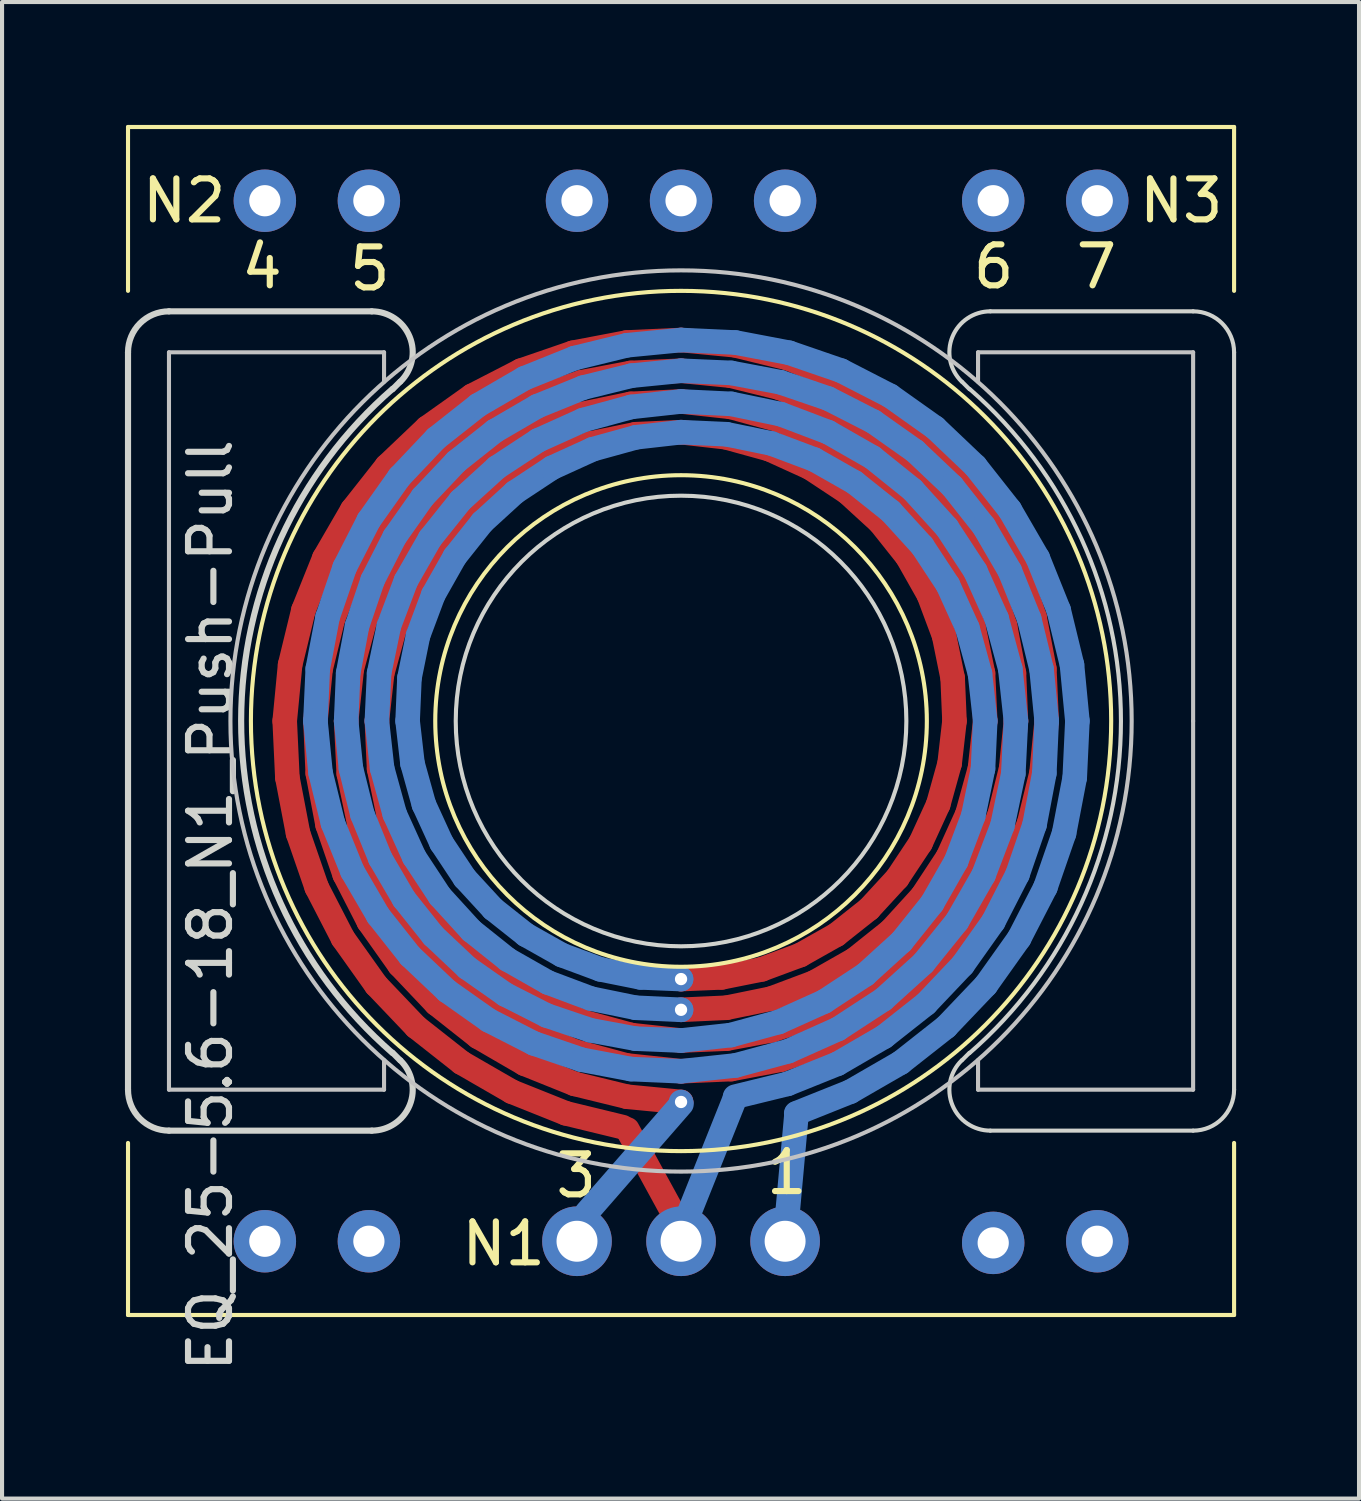
<source format=kicad_pcb>
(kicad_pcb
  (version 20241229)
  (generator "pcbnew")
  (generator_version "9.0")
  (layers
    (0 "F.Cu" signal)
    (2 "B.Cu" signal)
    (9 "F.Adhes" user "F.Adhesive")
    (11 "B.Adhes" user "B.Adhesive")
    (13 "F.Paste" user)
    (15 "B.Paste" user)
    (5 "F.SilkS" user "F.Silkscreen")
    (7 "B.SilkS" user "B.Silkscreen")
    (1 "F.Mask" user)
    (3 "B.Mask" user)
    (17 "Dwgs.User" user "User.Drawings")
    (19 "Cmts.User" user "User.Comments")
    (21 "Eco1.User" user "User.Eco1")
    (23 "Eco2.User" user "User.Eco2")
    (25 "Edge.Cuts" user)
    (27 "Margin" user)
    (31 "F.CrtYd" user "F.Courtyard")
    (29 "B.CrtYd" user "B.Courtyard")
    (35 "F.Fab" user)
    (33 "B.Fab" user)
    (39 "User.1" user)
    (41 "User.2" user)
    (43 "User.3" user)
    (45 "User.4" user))
  (footprint "EQ_25-5.6-18_N1_Push-Pull"
    (layer "F.Cu")
    (at 13.575 14.55)
    (property "Reference" "EQ_25-5.6-18_N1_Push-Pull" (at -11.49 4.5 90) (layer "Edge.Cuts") (effects (font (size 1 1) (thickness 0.15))))
    (attr through_hole)
    (fp_line (start -9.675 0) (end -9.61 1.382) (stroke (width 0.6) (type solid)) (layer "F.Cu"))
    (fp_line (start -9.61 1.382) (end -9.349 2.745) (stroke (width 0.6) (type solid)) (layer "F.Cu"))
    (fp_line (start -9.543 -1.372) (end -9.675 0) (stroke (width 0.6) (type solid)) (layer "F.Cu"))
    (fp_line (start -9.349 2.745) (end -8.894 4.062) (stroke (width 0.6) (type solid)) (layer "F.Cu"))
    (fp_line (start -9.218 -2.707) (end -9.543 -1.372) (stroke (width 0.6) (type solid)) (layer "F.Cu"))
    (fp_line (start -8.925 0) (end -8.868 1.275) (stroke (width 0.6) (type solid)) (layer "F.Cu"))
    (fp_line (start -8.894 4.062) (end -8.254 5.304) (stroke (width 0.6) (type solid)) (layer "F.Cu"))
    (fp_line (start -8.868 1.275) (end -8.629 2.534) (stroke (width 0.6) (type solid)) (layer "F.Cu"))
    (fp_line (start -8.8 -1.265) (end -8.925 0) (stroke (width 0.6) (type solid)) (layer "F.Cu"))
    (fp_line (start -8.708 -3.977) (end -9.218 -2.707) (stroke (width 0.6) (type solid)) (layer "F.Cu"))
    (fp_line (start -8.629 2.534) (end -8.211 3.75) (stroke (width 0.6) (type solid)) (layer "F.Cu"))
    (fp_line (start -8.498 -2.495) (end -8.8 -1.265) (stroke (width 0.6) (type solid)) (layer "F.Cu"))
    (fp_line (start -8.254 5.304) (end -7.441 6.447) (stroke (width 0.6) (type solid)) (layer "F.Cu"))
    (fp_line (start -8.211 3.75) (end -7.623 4.899) (stroke (width 0.6) (type solid)) (layer "F.Cu"))
    (fp_line (start -8.175 0) (end -8.111 1.285) (stroke (width 0.6) (type solid)) (layer "F.Cu"))
    (fp_line (start -8.111 1.285) (end -7.846 2.549) (stroke (width 0.6) (type solid)) (layer "F.Cu"))
    (fp_line (start -8.037 -1.273) (end -8.175 0) (stroke (width 0.6) (type solid)) (layer "F.Cu"))
    (fp_line (start -8.025 -3.665) (end -8.498 -2.495) (stroke (width 0.6) (type solid)) (layer "F.Cu"))
    (fp_line (start -8.024 -5.157) (end -8.708 -3.977) (stroke (width 0.6) (type solid)) (layer "F.Cu"))
    (fp_line (start -7.846 2.549) (end -7.384 3.762) (stroke (width 0.6) (type solid)) (layer "F.Cu"))
    (fp_line (start -7.704 -2.503) (end -8.037 -1.273) (stroke (width 0.6) (type solid)) (layer "F.Cu"))
    (fp_line (start -7.623 4.899) (end -6.874 5.956) (stroke (width 0.6) (type solid)) (layer "F.Cu"))
    (fp_line (start -7.441 6.447) (end -6.47 7.466) (stroke (width 0.6) (type solid)) (layer "F.Cu"))
    (fp_line (start -7.425 0) (end -7.371 1.167) (stroke (width 0.6) (type solid)) (layer "F.Cu"))
    (fp_line (start -7.393 -4.751) (end -8.025 -3.665) (stroke (width 0.6) (type solid)) (layer "F.Cu"))
    (fp_line (start -7.384 3.762) (end -6.735 4.893) (stroke (width 0.6) (type solid)) (layer "F.Cu"))
    (fp_line (start -7.371 1.167) (end -7.133 2.318) (stroke (width 0.6) (type solid)) (layer "F.Cu"))
    (fp_line (start -7.297 -1.156) (end -7.425 0) (stroke (width 0.6) (type solid)) (layer "F.Cu"))
    (fp_line (start -7.184 -3.66) (end -7.704 -2.503) (stroke (width 0.6) (type solid)) (layer "F.Cu"))
    (fp_line (start -7.183 -6.224) (end -8.024 -5.157) (stroke (width 0.6) (type solid)) (layer "F.Cu"))
    (fp_line (start -7.133 2.318) (end -6.716 3.422) (stroke (width 0.6) (type solid)) (layer "F.Cu"))
    (fp_line (start -6.99 -2.271) (end -7.297 -1.156) (stroke (width 0.6) (type solid)) (layer "F.Cu"))
    (fp_line (start -6.874 5.956) (end -5.979 6.9) (stroke (width 0.6) (type solid)) (layer "F.Cu"))
    (fp_line (start -6.735 4.893) (end -5.913 5.913) (stroke (width 0.6) (type solid)) (layer "F.Cu"))
    (fp_line (start -6.716 3.422) (end -6.128 4.452) (stroke (width 0.6) (type solid)) (layer "F.Cu"))
    (fp_line (start -6.616 -5.733) (end -7.393 -4.751) (stroke (width 0.6) (type solid)) (layer "F.Cu"))
    (fp_line (start -6.515 -3.32) (end -6.99 -2.271) (stroke (width 0.6) (type solid)) (layer "F.Cu"))
    (fp_line (start -6.492 -4.717) (end -7.184 -3.66) (stroke (width 0.6) (type solid)) (layer "F.Cu"))
    (fp_line (start -6.47 7.466) (end -5.36 8.34) (stroke (width 0.6) (type solid)) (layer "F.Cu"))
    (fp_line (start -6.202 -7.157) (end -7.183 -6.224) (stroke (width 0.6) (type solid)) (layer "F.Cu"))
    (fp_line (start -6.128 4.452) (end -5.383 5.383) (stroke (width 0.6) (type solid)) (layer "F.Cu"))
    (fp_line (start -5.979 6.9) (end -4.954 7.709) (stroke (width 0.6) (type solid)) (layer "F.Cu"))
    (fp_line (start -5.913 5.913) (end -4.937 6.796) (stroke (width 0.6) (type solid)) (layer "F.Cu"))
    (fp_line (start -5.886 -4.276) (end -6.515 -3.32) (stroke (width 0.6) (type solid)) (layer "F.Cu"))
    (fp_line (start -5.711 -6.59) (end -6.616 -5.733) (stroke (width 0.6) (type solid)) (layer "F.Cu"))
    (fp_line (start -5.648 -5.648) (end -6.492 -4.717) (stroke (width 0.6) (type solid)) (layer "F.Cu"))
    (fp_line (start -5.383 5.383) (end -4.497 6.189) (stroke (width 0.6) (type solid)) (layer "F.Cu"))
    (fp_line (start -5.36 8.34) (end -4.132 9.049) (stroke (width 0.6) (type solid)) (layer "F.Cu"))
    (fp_line (start -5.118 -5.118) (end -5.886 -4.276) (stroke (width 0.6) (type solid)) (layer "F.Cu"))
    (fp_line (start -5.102 -7.938) (end -6.202 -7.157) (stroke (width 0.6) (type solid)) (layer "F.Cu"))
    (fp_line (start -4.954 7.709) (end -3.821 8.367) (stroke (width 0.6) (type solid)) (layer "F.Cu"))
    (fp_line (start -4.937 6.796) (end -3.831 7.518) (stroke (width 0.6) (type solid)) (layer "F.Cu"))
    (fp_line (start -4.696 -7.307) (end -5.711 -6.59) (stroke (width 0.6) (type solid)) (layer "F.Cu"))
    (fp_line (start -4.673 -6.432) (end -5.648 -5.648) (stroke (width 0.6) (type solid)) (layer "F.Cu"))
    (fp_line (start -4.497 6.189) (end -3.49 6.85) (stroke (width 0.6) (type solid)) (layer "F.Cu"))
    (fp_line (start -4.232 -5.825) (end -5.118 -5.118) (stroke (width 0.6) (type solid)) (layer "F.Cu"))
    (fp_line (start -4.132 9.049) (end -2.812 9.577) (stroke (width 0.6) (type solid)) (layer "F.Cu"))
    (fp_line (start -3.906 -8.553) (end -5.102 -7.938) (stroke (width 0.6) (type solid)) (layer "F.Cu"))
    (fp_line (start -3.831 7.518) (end -2.619 8.06) (stroke (width 0.6) (type solid)) (layer "F.Cu"))
    (fp_line (start -3.821 8.367) (end -2.601 8.858) (stroke (width 0.6) (type solid)) (layer "F.Cu"))
    (fp_line (start -3.594 -7.87) (end -4.696 -7.307) (stroke (width 0.6) (type solid)) (layer "F.Cu"))
    (fp_line (start -3.592 -7.05) (end -4.673 -6.432) (stroke (width 0.6) (type solid)) (layer "F.Cu"))
    (fp_line (start -3.49 6.85) (end -2.387 7.347) (stroke (width 0.6) (type solid)) (layer "F.Cu"))
    (fp_line (start -3.252 -6.382) (end -4.232 -5.825) (stroke (width 0.6) (type solid)) (layer "F.Cu"))
    (fp_line (start -2.812 9.577) (end -1.425 9.914) (stroke (width 0.6) (type solid)) (layer "F.Cu"))
    (fp_line (start -2.639 -8.989) (end -3.906 -8.553) (stroke (width 0.6) (type solid)) (layer "F.Cu"))
    (fp_line (start -2.619 8.06) (end -1.332 8.408) (stroke (width 0.6) (type solid)) (layer "F.Cu"))
    (fp_line (start -2.601 8.858) (end -1.319 9.172) (stroke (width 0.6) (type solid)) (layer "F.Cu"))
    (fp_line (start -2.434 -7.49) (end -3.592 -7.05) (stroke (width 0.6) (type solid)) (layer "F.Cu"))
    (fp_line (start -2.428 -8.269) (end -3.594 -7.87) (stroke (width 0.6) (type solid)) (layer "F.Cu"))
    (fp_line (start -2.387 7.347) (end -1.214 7.667) (stroke (width 0.6) (type solid)) (layer "F.Cu"))
    (fp_line (start -2.202 -6.776) (end -3.252 -6.382) (stroke (width 0.6) (type solid)) (layer "F.Cu"))
    (fp_line (start -1.332 8.408) (end 0 8.55) (stroke (width 0.6) (type solid)) (layer "F.Cu"))
    (fp_line (start -1.328 -9.239) (end -2.639 -8.989) (stroke (width 0.6) (type solid)) (layer "F.Cu"))
    (fp_line (start -1.319 9.172) (end 0 9.3) (stroke (width 0.6) (type solid)) (layer "F.Cu"))
    (fp_line (start -1.31 9.97) (end -0.2 12) (stroke (width 0.6) (type solid)) (layer "F.Cu"))
    (fp_line (start -1.226 -7.741) (end -2.434 -7.49) (stroke (width 0.6) (type solid)) (layer "F.Cu"))
    (fp_line (start -1.222 -8.497) (end -2.428 -8.269) (stroke (width 0.6) (type solid)) (layer "F.Cu"))
    (fp_line (start -1.214 7.667) (end 0 7.8) (stroke (width 0.6) (type solid)) (layer "F.Cu"))
    (fp_line (start -1.109 -7) (end -2.202 -6.776) (stroke (width 0.6) (type solid)) (layer "F.Cu"))
    (fp_line (start 0 -9.3) (end -1.328 -9.239) (stroke (width 0.6) (type solid)) (layer "F.Cu"))
    (fp_line (start 0 -8.55) (end -1.222 -8.497) (stroke (width 0.6) (type solid)) (layer "F.Cu"))
    (fp_line (start 0 -7.8) (end -1.226 -7.741) (stroke (width 0.6) (type solid)) (layer "F.Cu"))
    (fp_line (start 0 -7.05) (end -1.109 -7) (stroke (width 0.6) (type solid)) (layer "F.Cu"))
    (fp_line (start 0 6.3) (end 0.991 6.259) (stroke (width 0.6) (type solid)) (layer "F.Cu"))
    (fp_line (start 0 7.05) (end 1.109 7) (stroke (width 0.6) (type solid)) (layer "F.Cu"))
    (fp_line (start 0 7.8) (end 1.115 7.754) (stroke (width 0.6) (type solid)) (layer "F.Cu"))
    (fp_line (start 0 8.55) (end 1.222 8.497) (stroke (width 0.6) (type solid)) (layer "F.Cu"))
    (fp_line (start 0.991 6.259) (end 1.97 6.063) (stroke (width 0.6) (type solid)) (layer "F.Cu"))
    (fp_line (start 1.097 -6.926) (end 0 -7.05) (stroke (width 0.6) (type solid)) (layer "F.Cu"))
    (fp_line (start 1.109 7) (end 2.202 6.776) (stroke (width 0.6) (type solid)) (layer "F.Cu"))
    (fp_line (start 1.115 7.754) (end 2.217 7.549) (stroke (width 0.6) (type solid)) (layer "F.Cu"))
    (fp_line (start 1.212 -8.429) (end 0 -8.55) (stroke (width 0.6) (type solid)) (layer "F.Cu"))
    (fp_line (start 1.214 -7.667) (end 0 -7.8) (stroke (width 0.6) (type solid)) (layer "F.Cu"))
    (fp_line (start 1.222 8.497) (end 2.428 8.269) (stroke (width 0.6) (type solid)) (layer "F.Cu"))
    (fp_line (start 1.319 -9.172) (end 0 -9.3) (stroke (width 0.6) (type solid)) (layer "F.Cu"))
    (fp_line (start 1.97 6.063) (end 2.911 5.714) (stroke (width 0.6) (type solid)) (layer "F.Cu"))
    (fp_line (start 2.155 -6.634) (end 1.097 -6.926) (stroke (width 0.6) (type solid)) (layer "F.Cu"))
    (fp_line (start 2.202 6.776) (end 3.252 6.382) (stroke (width 0.6) (type solid)) (layer "F.Cu"))
    (fp_line (start 2.217 7.549) (end 3.283 7.188) (stroke (width 0.6) (type solid)) (layer "F.Cu"))
    (fp_line (start 2.387 -7.347) (end 1.214 -7.667) (stroke (width 0.6) (type solid)) (layer "F.Cu"))
    (fp_line (start 2.39 -8.138) (end 1.212 -8.429) (stroke (width 0.6) (type solid)) (layer "F.Cu"))
    (fp_line (start 2.428 8.269) (end 3.594 7.87) (stroke (width 0.6) (type solid)) (layer "F.Cu"))
    (fp_line (start 2.601 -8.858) (end 1.319 -9.172) (stroke (width 0.6) (type solid)) (layer "F.Cu"))
    (fp_line (start 2.911 5.714) (end 3.791 5.218) (stroke (width 0.6) (type solid)) (layer "F.Cu"))
    (fp_line (start 3.15 -6.181) (end 2.155 -6.634) (stroke (width 0.6) (type solid)) (layer "F.Cu"))
    (fp_line (start 3.252 6.382) (end 4.232 5.825) (stroke (width 0.6) (type solid)) (layer "F.Cu"))
    (fp_line (start 3.283 7.188) (end 4.291 6.676) (stroke (width 0.6) (type solid)) (layer "F.Cu"))
    (fp_line (start 3.49 -6.85) (end 2.387 -7.347) (stroke (width 0.6) (type solid)) (layer "F.Cu"))
    (fp_line (start 3.509 -7.684) (end 2.39 -8.138) (stroke (width 0.6) (type solid)) (layer "F.Cu"))
    (fp_line (start 3.594 7.87) (end 4.696 7.307) (stroke (width 0.6) (type solid)) (layer "F.Cu"))
    (fp_line (start 3.791 5.218) (end 4.587 4.587) (stroke (width 0.6) (type solid)) (layer "F.Cu"))
    (fp_line (start 3.821 -8.367) (end 2.601 -8.858) (stroke (width 0.6) (type solid)) (layer "F.Cu"))
    (fp_line (start 4.056 -5.582) (end 3.15 -6.181) (stroke (width 0.6) (type solid)) (layer "F.Cu"))
    (fp_line (start 4.232 5.825) (end 5.118 5.118) (stroke (width 0.6) (type solid)) (layer "F.Cu"))
    (fp_line (start 4.291 6.676) (end 5.22 6.024) (stroke (width 0.6) (type solid)) (layer "F.Cu"))
    (fp_line (start 4.497 -6.189) (end 3.49 -6.85) (stroke (width 0.6) (type solid)) (layer "F.Cu"))
    (fp_line (start 4.549 -7.078) (end 3.509 -7.684) (stroke (width 0.6) (type solid)) (layer "F.Cu"))
    (fp_line (start 4.587 4.587) (end 5.279 3.835) (stroke (width 0.6) (type solid)) (layer "F.Cu"))
    (fp_line (start 4.696 7.307) (end 5.711 6.59) (stroke (width 0.6) (type solid)) (layer "F.Cu"))
    (fp_line (start 4.853 -4.853) (end 4.056 -5.582) (stroke (width 0.6) (type solid)) (layer "F.Cu"))
    (fp_line (start 4.954 -7.709) (end 3.821 -8.367) (stroke (width 0.6) (type solid)) (layer "F.Cu"))
    (fp_line (start 5.118 5.118) (end 5.886 4.276) (stroke (width 0.6) (type solid)) (layer "F.Cu"))
    (fp_line (start 5.22 6.024) (end 6.049 5.242) (stroke (width 0.6) (type solid)) (layer "F.Cu"))
    (fp_line (start 5.279 3.835) (end 5.847 2.979) (stroke (width 0.6) (type solid)) (layer "F.Cu"))
    (fp_line (start 5.383 -5.383) (end 4.497 -6.189) (stroke (width 0.6) (type solid)) (layer "F.Cu"))
    (fp_line (start 5.487 -6.333) (end 4.549 -7.078) (stroke (width 0.6) (type solid)) (layer "F.Cu"))
    (fp_line (start 5.522 -4.012) (end 4.853 -4.853) (stroke (width 0.6) (type solid)) (layer "F.Cu"))
    (fp_line (start 5.711 6.59) (end 6.616 5.733) (stroke (width 0.6) (type solid)) (layer "F.Cu"))
    (fp_line (start 5.847 2.979) (end 6.277 2.04) (stroke (width 0.6) (type solid)) (layer "F.Cu"))
    (fp_line (start 5.886 4.276) (end 6.515 3.32) (stroke (width 0.6) (type solid)) (layer "F.Cu"))
    (fp_line (start 5.979 -6.9) (end 4.954 -7.709) (stroke (width 0.6) (type solid)) (layer "F.Cu"))
    (fp_line (start 6.048 -3.081) (end 5.522 -4.012) (stroke (width 0.6) (type solid)) (layer "F.Cu"))
    (fp_line (start 6.049 5.242) (end 6.763 4.346) (stroke (width 0.6) (type solid)) (layer "F.Cu"))
    (fp_line (start 6.128 -4.452) (end 5.383 -5.383) (stroke (width 0.6) (type solid)) (layer "F.Cu"))
    (fp_line (start 6.277 2.04) (end 6.556 1.038) (stroke (width 0.6) (type solid)) (layer "F.Cu"))
    (fp_line (start 6.307 -5.465) (end 5.487 -6.333) (stroke (width 0.6) (type solid)) (layer "F.Cu"))
    (fp_line (start 6.42 -2.086) (end 6.048 -3.081) (stroke (width 0.6) (type solid)) (layer "F.Cu"))
    (fp_line (start 6.515 3.32) (end 6.99 2.271) (stroke (width 0.6) (type solid)) (layer "F.Cu"))
    (fp_line (start 6.556 1.038) (end 6.675 0) (stroke (width 0.6) (type solid)) (layer "F.Cu"))
    (fp_line (start 6.616 5.733) (end 7.393 4.751) (stroke (width 0.6) (type solid)) (layer "F.Cu"))
    (fp_line (start 6.63 -1.05) (end 6.42 -2.086) (stroke (width 0.6) (type solid)) (layer "F.Cu"))
    (fp_line (start 6.675 0) (end 6.63 -1.05) (stroke (width 0.6) (type solid)) (layer "F.Cu"))
    (fp_line (start 6.716 -3.422) (end 6.128 -4.452) (stroke (width 0.6) (type solid)) (layer "F.Cu"))
    (fp_line (start 6.763 4.346) (end 7.343 3.354) (stroke (width 0.6) (type solid)) (layer "F.Cu"))
    (fp_line (start 6.874 -5.956) (end 5.979 -6.9) (stroke (width 0.6) (type solid)) (layer "F.Cu"))
    (fp_line (start 6.99 2.271) (end 7.297 1.156) (stroke (width 0.6) (type solid)) (layer "F.Cu"))
    (fp_line (start 6.992 -4.493) (end 6.307 -5.465) (stroke (width 0.6) (type solid)) (layer "F.Cu"))
    (fp_line (start 7.133 -2.318) (end 6.716 -3.422) (stroke (width 0.6) (type solid)) (layer "F.Cu"))
    (fp_line (start 7.297 1.156) (end 7.425 0) (stroke (width 0.6) (type solid)) (layer "F.Cu"))
    (fp_line (start 7.343 3.354) (end 7.778 2.284) (stroke (width 0.6) (type solid)) (layer "F.Cu"))
    (fp_line (start 7.371 -1.167) (end 7.133 -2.318) (stroke (width 0.6) (type solid)) (layer "F.Cu"))
    (fp_line (start 7.393 4.751) (end 8.025 3.665) (stroke (width 0.6) (type solid)) (layer "F.Cu"))
    (fp_line (start 7.425 0) (end 7.371 -1.167) (stroke (width 0.6) (type solid)) (layer "F.Cu"))
    (fp_line (start 7.529 -3.439) (end 6.992 -4.493) (stroke (width 0.6) (type solid)) (layer "F.Cu"))
    (fp_line (start 7.623 -4.899) (end 6.874 -5.956) (stroke (width 0.6) (type solid)) (layer "F.Cu"))
    (fp_line (start 7.778 2.284) (end 8.058 1.159) (stroke (width 0.6) (type solid)) (layer "F.Cu"))
    (fp_line (start 7.909 -2.322) (end 7.529 -3.439) (stroke (width 0.6) (type solid)) (layer "F.Cu"))
    (fp_line (start 8.025 3.665) (end 8.498 2.495) (stroke (width 0.6) (type solid)) (layer "F.Cu"))
    (fp_line (start 8.058 1.159) (end 8.175 0) (stroke (width 0.6) (type solid)) (layer "F.Cu"))
    (fp_line (start 8.126 -1.168) (end 7.909 -2.322) (stroke (width 0.6) (type solid)) (layer "F.Cu"))
    (fp_line (start 8.175 0) (end 8.126 -1.168) (stroke (width 0.6) (type solid)) (layer "F.Cu"))
    (fp_line (start 8.211 -3.75) (end 7.623 -4.899) (stroke (width 0.6) (type solid)) (layer "F.Cu"))
    (fp_line (start 8.498 2.495) (end 8.8 1.265) (stroke (width 0.6) (type solid)) (layer "F.Cu"))
    (fp_line (start 8.629 -2.534) (end 8.211 -3.75) (stroke (width 0.6) (type solid)) (layer "F.Cu"))
    (fp_line (start 8.8 1.265) (end 8.925 0) (stroke (width 0.6) (type solid)) (layer "F.Cu"))
    (fp_line (start 8.868 -1.275) (end 8.629 -2.534) (stroke (width 0.6) (type solid)) (layer "F.Cu"))
    (fp_line (start 8.925 0) (end 8.868 -1.275) (stroke (width 0.6) (type solid)) (layer "F.Cu"))
    (fp_line (start -8.925 0) (end -8.868 -1.275) (stroke (width 0.6) (type solid)) (layer "B.Cu"))
    (fp_line (start -8.868 -1.275) (end -8.629 -2.534) (stroke (width 0.6) (type solid)) (layer "B.Cu"))
    (fp_line (start -8.8 1.265) (end -8.925 0) (stroke (width 0.6) (type solid)) (layer "B.Cu"))
    (fp_line (start -8.629 -2.534) (end -8.211 -3.75) (stroke (width 0.6) (type solid)) (layer "B.Cu"))
    (fp_line (start -8.498 2.495) (end -8.8 1.265) (stroke (width 0.6) (type solid)) (layer "B.Cu"))
    (fp_line (start -8.211 -3.75) (end -7.623 -4.899) (stroke (width 0.6) (type solid)) (layer "B.Cu"))
    (fp_line (start -8.175 0) (end -8.126 -1.168) (stroke (width 0.6) (type solid)) (layer "B.Cu"))
    (fp_line (start -8.126 -1.168) (end -7.909 -2.322) (stroke (width 0.6) (type solid)) (layer "B.Cu"))
    (fp_line (start -8.058 1.159) (end -8.175 0) (stroke (width 0.6) (type solid)) (layer "B.Cu"))
    (fp_line (start -8.025 3.665) (end -8.498 2.495) (stroke (width 0.6) (type solid)) (layer "B.Cu"))
    (fp_line (start -7.909 -2.322) (end -7.529 -3.439) (stroke (width 0.6) (type solid)) (layer "B.Cu"))
    (fp_line (start -7.778 2.284) (end -8.058 1.159) (stroke (width 0.6) (type solid)) (layer "B.Cu"))
    (fp_line (start -7.623 -4.899) (end -6.874 -5.956) (stroke (width 0.6) (type solid)) (layer "B.Cu"))
    (fp_line (start -7.529 -3.439) (end -6.992 -4.493) (stroke (width 0.6) (type solid)) (layer "B.Cu"))
    (fp_line (start -7.425 0) (end -7.371 -1.167) (stroke (width 0.6) (type solid)) (layer "B.Cu"))
    (fp_line (start -7.393 4.751) (end -8.025 3.665) (stroke (width 0.6) (type solid)) (layer "B.Cu"))
    (fp_line (start -7.371 -1.167) (end -7.133 -2.318) (stroke (width 0.6) (type solid)) (layer "B.Cu"))
    (fp_line (start -7.343 3.354) (end -7.778 2.284) (stroke (width 0.6) (type solid)) (layer "B.Cu"))
    (fp_line (start -7.297 1.156) (end -7.425 0) (stroke (width 0.6) (type solid)) (layer "B.Cu"))
    (fp_line (start -7.133 -2.318) (end -6.716 -3.422) (stroke (width 0.6) (type solid)) (layer "B.Cu"))
    (fp_line (start -6.992 -4.493) (end -6.307 -5.465) (stroke (width 0.6) (type solid)) (layer "B.Cu"))
    (fp_line (start -6.99 2.271) (end -7.297 1.156) (stroke (width 0.6) (type solid)) (layer "B.Cu"))
    (fp_line (start -6.874 -5.956) (end -5.979 -6.9) (stroke (width 0.6) (type solid)) (layer "B.Cu"))
    (fp_line (start -6.763 4.346) (end -7.343 3.354) (stroke (width 0.6) (type solid)) (layer "B.Cu"))
    (fp_line (start -6.716 -3.422) (end -6.128 -4.452) (stroke (width 0.6) (type solid)) (layer "B.Cu"))
    (fp_line (start -6.675 0) (end -6.63 -1.05) (stroke (width 0.6) (type solid)) (layer "B.Cu"))
    (fp_line (start -6.63 -1.05) (end -6.42 -2.086) (stroke (width 0.6) (type solid)) (layer "B.Cu"))
    (fp_line (start -6.616 5.733) (end -7.393 4.751) (stroke (width 0.6) (type solid)) (layer "B.Cu"))
    (fp_line (start -6.556 1.038) (end -6.675 0) (stroke (width 0.6) (type solid)) (layer "B.Cu"))
    (fp_line (start -6.515 3.32) (end -6.99 2.271) (stroke (width 0.6) (type solid)) (layer "B.Cu"))
    (fp_line (start -6.42 -2.086) (end -6.048 -3.081) (stroke (width 0.6) (type solid)) (layer "B.Cu"))
    (fp_line (start -6.307 -5.465) (end -5.487 -6.333) (stroke (width 0.6) (type solid)) (layer "B.Cu"))
    (fp_line (start -6.277 2.04) (end -6.556 1.038) (stroke (width 0.6) (type solid)) (layer "B.Cu"))
    (fp_line (start -6.128 -4.452) (end -5.383 -5.383) (stroke (width 0.6) (type solid)) (layer "B.Cu"))
    (fp_line (start -6.049 5.242) (end -6.763 4.346) (stroke (width 0.6) (type solid)) (layer "B.Cu"))
    (fp_line (start -6.048 -3.081) (end -5.522 -4.012) (stroke (width 0.6) (type solid)) (layer "B.Cu"))
    (fp_line (start -5.979 -6.9) (end -4.954 -7.709) (stroke (width 0.6) (type solid)) (layer "B.Cu"))
    (fp_line (start -5.886 4.276) (end -6.515 3.32) (stroke (width 0.6) (type solid)) (layer "B.Cu"))
    (fp_line (start -5.847 2.979) (end -6.277 2.04) (stroke (width 0.6) (type solid)) (layer "B.Cu"))
    (fp_line (start -5.711 6.59) (end -6.616 5.733) (stroke (width 0.6) (type solid)) (layer "B.Cu"))
    (fp_line (start -5.522 -4.012) (end -4.853 -4.853) (stroke (width 0.6) (type solid)) (layer "B.Cu"))
    (fp_line (start -5.487 -6.333) (end -4.549 -7.078) (stroke (width 0.6) (type solid)) (layer "B.Cu"))
    (fp_line (start -5.383 -5.383) (end -4.497 -6.189) (stroke (width 0.6) (type solid)) (layer "B.Cu"))
    (fp_line (start -5.279 3.835) (end -5.847 2.979) (stroke (width 0.6) (type solid)) (layer "B.Cu"))
    (fp_line (start -5.22 6.024) (end -6.049 5.242) (stroke (width 0.6) (type solid)) (layer "B.Cu"))
    (fp_line (start -5.118 5.118) (end -5.886 4.276) (stroke (width 0.6) (type solid)) (layer "B.Cu"))
    (fp_line (start -4.954 -7.709) (end -3.821 -8.367) (stroke (width 0.6) (type solid)) (layer "B.Cu"))
    (fp_line (start -4.853 -4.853) (end -4.056 -5.582) (stroke (width 0.6) (type solid)) (layer "B.Cu"))
    (fp_line (start -4.696 7.307) (end -5.711 6.59) (stroke (width 0.6) (type solid)) (layer "B.Cu"))
    (fp_line (start -4.587 4.587) (end -5.279 3.835) (stroke (width 0.6) (type solid)) (layer "B.Cu"))
    (fp_line (start -4.549 -7.078) (end -3.509 -7.684) (stroke (width 0.6) (type solid)) (layer "B.Cu"))
    (fp_line (start -4.497 -6.189) (end -3.49 -6.85) (stroke (width 0.6) (type solid)) (layer "B.Cu"))
    (fp_line (start -4.291 6.676) (end -5.22 6.024) (stroke (width 0.6) (type solid)) (layer "B.Cu"))
    (fp_line (start -4.232 5.825) (end -5.118 5.118) (stroke (width 0.6) (type solid)) (layer "B.Cu"))
    (fp_line (start -4.056 -5.582) (end -3.15 -6.181) (stroke (width 0.6) (type solid)) (layer "B.Cu"))
    (fp_line (start -3.821 -8.367) (end -2.601 -8.858) (stroke (width 0.6) (type solid)) (layer "B.Cu"))
    (fp_line (start -3.791 5.218) (end -4.587 4.587) (stroke (width 0.6) (type solid)) (layer "B.Cu"))
    (fp_line (start -3.594 7.87) (end -4.696 7.307) (stroke (width 0.6) (type solid)) (layer "B.Cu"))
    (fp_line (start -3.509 -7.684) (end -2.39 -8.138) (stroke (width 0.6) (type solid)) (layer "B.Cu"))
    (fp_line (start -3.49 -6.85) (end -2.387 -7.347) (stroke (width 0.6) (type solid)) (layer "B.Cu"))
    (fp_line (start -3.283 7.188) (end -4.291 6.676) (stroke (width 0.6) (type solid)) (layer "B.Cu"))
    (fp_line (start -3.252 6.382) (end -4.232 5.825) (stroke (width 0.6) (type solid)) (layer "B.Cu"))
    (fp_line (start -3.15 -6.181) (end -2.155 -6.634) (stroke (width 0.6) (type solid)) (layer "B.Cu"))
    (fp_line (start -2.911 5.714) (end -3.791 5.218) (stroke (width 0.6) (type solid)) (layer "B.Cu"))
    (fp_line (start -2.601 -8.858) (end -1.319 -9.172) (stroke (width 0.6) (type solid)) (layer "B.Cu"))
    (fp_line (start -2.428 8.269) (end -3.594 7.87) (stroke (width 0.6) (type solid)) (layer "B.Cu"))
    (fp_line (start -2.39 -8.138) (end -1.212 -8.429) (stroke (width 0.6) (type solid)) (layer "B.Cu"))
    (fp_line (start -2.387 -7.347) (end -1.214 -7.667) (stroke (width 0.6) (type solid)) (layer "B.Cu"))
    (fp_line (start -2.3 12) (end 0.01 9.35) (stroke (width 0.6) (type solid)) (layer "B.Cu"))
    (fp_line (start -2.217 7.549) (end -3.283 7.188) (stroke (width 0.6) (type solid)) (layer "B.Cu"))
    (fp_line (start -2.202 6.776) (end -3.252 6.382) (stroke (width 0.6) (type solid)) (layer "B.Cu"))
    (fp_line (start -2.155 -6.634) (end -1.097 -6.926) (stroke (width 0.6) (type solid)) (layer "B.Cu"))
    (fp_line (start -1.97 6.063) (end -2.911 5.714) (stroke (width 0.6) (type solid)) (layer "B.Cu"))
    (fp_line (start -1.319 -9.172) (end 0 -9.3) (stroke (width 0.6) (type solid)) (layer "B.Cu"))
    (fp_line (start -1.222 8.497) (end -2.428 8.269) (stroke (width 0.6) (type solid)) (layer "B.Cu"))
    (fp_line (start -1.214 -7.667) (end 0 -7.8) (stroke (width 0.6) (type solid)) (layer "B.Cu"))
    (fp_line (start -1.212 -8.429) (end 0 -8.55) (stroke (width 0.6) (type solid)) (layer "B.Cu"))
    (fp_line (start -1.115 7.754) (end -2.217 7.549) (stroke (width 0.6) (type solid)) (layer "B.Cu"))
    (fp_line (start -1.109 7) (end -2.202 6.776) (stroke (width 0.6) (type solid)) (layer "B.Cu"))
    (fp_line (start -1.097 -6.926) (end 0 -7.05) (stroke (width 0.6) (type solid)) (layer "B.Cu"))
    (fp_line (start -0.991 6.259) (end -1.97 6.063) (stroke (width 0.6) (type solid)) (layer "B.Cu"))
    (fp_line (start 0 -9.3) (end 1.328 -9.239) (stroke (width 0.6) (type solid)) (layer "B.Cu"))
    (fp_line (start 0 -8.55) (end 1.222 -8.497) (stroke (width 0.6) (type solid)) (layer "B.Cu"))
    (fp_line (start 0 -7.8) (end 1.226 -7.741) (stroke (width 0.6) (type solid)) (layer "B.Cu"))
    (fp_line (start 0 -7.05) (end 1.109 -7) (stroke (width 0.6) (type solid)) (layer "B.Cu"))
    (fp_line (start 0 6.3) (end -0.991 6.259) (stroke (width 0.6) (type solid)) (layer "B.Cu"))
    (fp_line (start 0 7.05) (end -1.109 7) (stroke (width 0.6) (type solid)) (layer "B.Cu"))
    (fp_line (start 0 7.8) (end -1.115 7.754) (stroke (width 0.6) (type solid)) (layer "B.Cu"))
    (fp_line (start 0 8.55) (end -1.222 8.497) (stroke (width 0.6) (type solid)) (layer "B.Cu"))
    (fp_line (start 1.109 -7) (end 2.202 -6.776) (stroke (width 0.6) (type solid)) (layer "B.Cu"))
    (fp_line (start 1.214 7.667) (end 0 7.8) (stroke (width 0.6) (type solid)) (layer "B.Cu"))
    (fp_line (start 1.222 -8.497) (end 2.428 -8.269) (stroke (width 0.6) (type solid)) (layer "B.Cu"))
    (fp_line (start 1.226 -7.741) (end 2.434 -7.49) (stroke (width 0.6) (type solid)) (layer "B.Cu"))
    (fp_line (start 1.32 9.2) (end 0.2 12) (stroke (width 0.6) (type solid)) (layer "B.Cu"))
    (fp_line (start 1.328 -9.239) (end 2.639 -8.989) (stroke (width 0.6) (type solid)) (layer "B.Cu"))
    (fp_line (start 1.332 8.408) (end 0 8.55) (stroke (width 0.6) (type solid)) (layer "B.Cu"))
    (fp_line (start 2.202 -6.776) (end 3.252 -6.382) (stroke (width 0.6) (type solid)) (layer "B.Cu"))
    (fp_line (start 2.387 7.347) (end 1.214 7.667) (stroke (width 0.6) (type solid)) (layer "B.Cu"))
    (fp_line (start 2.428 -8.269) (end 3.594 -7.87) (stroke (width 0.6) (type solid)) (layer "B.Cu"))
    (fp_line (start 2.434 -7.49) (end 3.592 -7.05) (stroke (width 0.6) (type solid)) (layer "B.Cu"))
    (fp_line (start 2.601 8.858) (end 1.319 9.172) (stroke (width 0.6) (type solid)) (layer "B.Cu"))
    (fp_line (start 2.619 8.06) (end 1.332 8.408) (stroke (width 0.6) (type solid)) (layer "B.Cu"))
    (fp_line (start 2.639 -8.989) (end 3.906 -8.553) (stroke (width 0.6) (type solid)) (layer "B.Cu"))
    (fp_line (start 2.82 9.58) (end 2.6 12) (stroke (width 0.6) (type solid)) (layer "B.Cu"))
    (fp_line (start 3.252 -6.382) (end 4.232 -5.825) (stroke (width 0.6) (type solid)) (layer "B.Cu"))
    (fp_line (start 3.49 6.85) (end 2.387 7.347) (stroke (width 0.6) (type solid)) (layer "B.Cu"))
    (fp_line (start 3.592 -7.05) (end 4.673 -6.432) (stroke (width 0.6) (type solid)) (layer "B.Cu"))
    (fp_line (start 3.594 -7.87) (end 4.696 -7.307) (stroke (width 0.6) (type solid)) (layer "B.Cu"))
    (fp_line (start 3.821 8.367) (end 2.601 8.858) (stroke (width 0.6) (type solid)) (layer "B.Cu"))
    (fp_line (start 3.831 7.518) (end 2.619 8.06) (stroke (width 0.6) (type solid)) (layer "B.Cu"))
    (fp_line (start 3.906 -8.553) (end 5.102 -7.938) (stroke (width 0.6) (type solid)) (layer "B.Cu"))
    (fp_line (start 4.132 9.049) (end 2.812 9.577) (stroke (width 0.6) (type solid)) (layer "B.Cu"))
    (fp_line (start 4.232 -5.825) (end 5.118 -5.118) (stroke (width 0.6) (type solid)) (layer "B.Cu"))
    (fp_line (start 4.497 6.189) (end 3.49 6.85) (stroke (width 0.6) (type solid)) (layer "B.Cu"))
    (fp_line (start 4.673 -6.432) (end 5.648 -5.648) (stroke (width 0.6) (type solid)) (layer "B.Cu"))
    (fp_line (start 4.696 -7.307) (end 5.711 -6.59) (stroke (width 0.6) (type solid)) (layer "B.Cu"))
    (fp_line (start 4.937 6.796) (end 3.831 7.518) (stroke (width 0.6) (type solid)) (layer "B.Cu"))
    (fp_line (start 4.954 7.709) (end 3.821 8.367) (stroke (width 0.6) (type solid)) (layer "B.Cu"))
    (fp_line (start 5.102 -7.938) (end 6.202 -7.157) (stroke (width 0.6) (type solid)) (layer "B.Cu"))
    (fp_line (start 5.118 -5.118) (end 5.886 -4.276) (stroke (width 0.6) (type solid)) (layer "B.Cu"))
    (fp_line (start 5.36 8.34) (end 4.132 9.049) (stroke (width 0.6) (type solid)) (layer "B.Cu"))
    (fp_line (start 5.383 5.383) (end 4.497 6.189) (stroke (width 0.6) (type solid)) (layer "B.Cu"))
    (fp_line (start 5.648 -5.648) (end 6.492 -4.717) (stroke (width 0.6) (type solid)) (layer "B.Cu"))
    (fp_line (start 5.711 -6.59) (end 6.616 -5.733) (stroke (width 0.6) (type solid)) (layer "B.Cu"))
    (fp_line (start 5.886 -4.276) (end 6.515 -3.32) (stroke (width 0.6) (type solid)) (layer "B.Cu"))
    (fp_line (start 5.913 5.913) (end 4.937 6.796) (stroke (width 0.6) (type solid)) (layer "B.Cu"))
    (fp_line (start 5.979 6.9) (end 4.954 7.709) (stroke (width 0.6) (type solid)) (layer "B.Cu"))
    (fp_line (start 6.128 4.452) (end 5.383 5.383) (stroke (width 0.6) (type solid)) (layer "B.Cu"))
    (fp_line (start 6.202 -7.157) (end 7.183 -6.224) (stroke (width 0.6) (type solid)) (layer "B.Cu"))
    (fp_line (start 6.47 7.466) (end 5.36 8.34) (stroke (width 0.6) (type solid)) (layer "B.Cu"))
    (fp_line (start 6.492 -4.717) (end 7.184 -3.66) (stroke (width 0.6) (type solid)) (layer "B.Cu"))
    (fp_line (start 6.515 -3.32) (end 6.99 -2.271) (stroke (width 0.6) (type solid)) (layer "B.Cu"))
    (fp_line (start 6.616 -5.733) (end 7.393 -4.751) (stroke (width 0.6) (type solid)) (layer "B.Cu"))
    (fp_line (start 6.716 3.422) (end 6.128 4.452) (stroke (width 0.6) (type solid)) (layer "B.Cu"))
    (fp_line (start 6.735 4.893) (end 5.913 5.913) (stroke (width 0.6) (type solid)) (layer "B.Cu"))
    (fp_line (start 6.874 5.956) (end 5.979 6.9) (stroke (width 0.6) (type solid)) (layer "B.Cu"))
    (fp_line (start 6.99 -2.271) (end 7.297 -1.156) (stroke (width 0.6) (type solid)) (layer "B.Cu"))
    (fp_line (start 7.133 2.318) (end 6.716 3.422) (stroke (width 0.6) (type solid)) (layer "B.Cu"))
    (fp_line (start 7.183 -6.224) (end 8.024 -5.157) (stroke (width 0.6) (type solid)) (layer "B.Cu"))
    (fp_line (start 7.184 -3.66) (end 7.704 -2.503) (stroke (width 0.6) (type solid)) (layer "B.Cu"))
    (fp_line (start 7.297 -1.156) (end 7.425 0) (stroke (width 0.6) (type solid)) (layer "B.Cu"))
    (fp_line (start 7.371 1.167) (end 7.133 2.318) (stroke (width 0.6) (type solid)) (layer "B.Cu"))
    (fp_line (start 7.384 3.762) (end 6.735 4.893) (stroke (width 0.6) (type solid)) (layer "B.Cu"))
    (fp_line (start 7.393 -4.751) (end 8.025 -3.665) (stroke (width 0.6) (type solid)) (layer "B.Cu"))
    (fp_line (start 7.425 0) (end 7.371 1.167) (stroke (width 0.6) (type solid)) (layer "B.Cu"))
    (fp_line (start 7.441 6.447) (end 6.47 7.466) (stroke (width 0.6) (type solid)) (layer "B.Cu"))
    (fp_line (start 7.623 4.899) (end 6.874 5.956) (stroke (width 0.6) (type solid)) (layer "B.Cu"))
    (fp_line (start 7.704 -2.503) (end 8.037 -1.273) (stroke (width 0.6) (type solid)) (layer "B.Cu"))
    (fp_line (start 7.846 2.549) (end 7.384 3.762) (stroke (width 0.6) (type solid)) (layer "B.Cu"))
    (fp_line (start 8.024 -5.157) (end 8.708 -3.977) (stroke (width 0.6) (type solid)) (layer "B.Cu"))
    (fp_line (start 8.025 -3.665) (end 8.498 -2.495) (stroke (width 0.6) (type solid)) (layer "B.Cu"))
    (fp_line (start 8.037 -1.273) (end 8.175 0) (stroke (width 0.6) (type solid)) (layer "B.Cu"))
    (fp_line (start 8.111 1.285) (end 7.846 2.549) (stroke (width 0.6) (type solid)) (layer "B.Cu"))
    (fp_line (start 8.175 0) (end 8.111 1.285) (stroke (width 0.6) (type solid)) (layer "B.Cu"))
    (fp_line (start 8.211 3.75) (end 7.623 4.899) (stroke (width 0.6) (type solid)) (layer "B.Cu"))
    (fp_line (start 8.254 5.304) (end 7.441 6.447) (stroke (width 0.6) (type solid)) (layer "B.Cu"))
    (fp_line (start 8.498 -2.495) (end 8.8 -1.265) (stroke (width 0.6) (type solid)) (layer "B.Cu"))
    (fp_line (start 8.629 2.534) (end 8.211 3.75) (stroke (width 0.6) (type solid)) (layer "B.Cu"))
    (fp_line (start 8.708 -3.977) (end 9.218 -2.707) (stroke (width 0.6) (type solid)) (layer "B.Cu"))
    (fp_line (start 8.8 -1.265) (end 8.925 0) (stroke (width 0.6) (type solid)) (layer "B.Cu"))
    (fp_line (start 8.868 1.275) (end 8.629 2.534) (stroke (width 0.6) (type solid)) (layer "B.Cu"))
    (fp_line (start 8.894 4.062) (end 8.254 5.304) (stroke (width 0.6) (type solid)) (layer "B.Cu"))
    (fp_line (start 8.925 0) (end 8.868 1.275) (stroke (width 0.6) (type solid)) (layer "B.Cu"))
    (fp_line (start 9.218 -2.707) (end 9.543 -1.372) (stroke (width 0.6) (type solid)) (layer "B.Cu"))
    (fp_line (start 9.349 2.745) (end 8.894 4.062) (stroke (width 0.6) (type solid)) (layer "B.Cu"))
    (fp_line (start 9.543 -1.372) (end 9.675 0) (stroke (width 0.6) (type solid)) (layer "B.Cu"))
    (fp_line (start 9.61 1.382) (end 9.349 2.745) (stroke (width 0.6) (type solid)) (layer "B.Cu"))
    (fp_line (start 9.675 0) (end 9.61 1.382) (stroke (width 0.6) (type solid)) (layer "B.Cu"))
    (fp_line (start -13.5 -14.5) (end 13.5 -14.5) (stroke (width 0.1) (type solid)) (layer "F.SilkS"))
    (fp_line (start -13.5 -10.5) (end -13.5 -14.5) (stroke (width 0.1) (type solid)) (layer "F.SilkS"))
    (fp_line (start -13.5 14.5) (end -13.5 10.3) (stroke (width 0.1) (type solid)) (layer "F.SilkS"))
    (fp_line (start 13.5 -14.5) (end 13.5 -10.5) (stroke (width 0.1) (type solid)) (layer "F.SilkS"))
    (fp_line (start 13.5 10.3) (end 13.5 14.5) (stroke (width 0.1) (type solid)) (layer "F.SilkS"))
    (fp_line (start 13.5 14.5) (end -13.5 14.5) (stroke (width 0.1) (type solid)) (layer "F.SilkS"))
    (fp_circle (center 0 0) (end 0 -10.5) (stroke (width 0.1) (type solid)) (fill no) (layer "F.SilkS"))
    (fp_circle (center 0 0) (end 0 6) (stroke (width 0.1) (type solid)) (fill no) (layer "F.SilkS"))
    (fp_line (start -12.5 -9) (end -12.5 0) (stroke (width 0.1) (type solid)) (layer "Dwgs.User"))
    (fp_line (start -12.5 -9) (end -7.25 -9) (stroke (width 0.1) (type solid)) (layer "Dwgs.User"))
    (fp_line (start -12.5 0) (end -12.5 9) (stroke (width 0.1) (type solid)) (layer "Dwgs.User"))
    (fp_line (start -12.5 9) (end -7.25 9) (stroke (width 0.1) (type solid)) (layer "Dwgs.User"))
    (fp_line (start -7.25 -9) (end -7.25 -8.28) (stroke (width 0.1) (type solid)) (layer "Dwgs.User"))
    (fp_line (start -7.25 9) (end -7.25 8.28) (stroke (width 0.1) (type solid)) (layer "Dwgs.User"))
    (fp_line (start 7.25 -9) (end 7.25 -8.28) (stroke (width 0.1) (type solid)) (layer "Dwgs.User"))
    (fp_line (start 7.25 -9) (end 12.5 -9) (stroke (width 0.1) (type solid)) (layer "Dwgs.User"))
    (fp_line (start 7.25 9) (end 7.25 8.28) (stroke (width 0.1) (type solid)) (layer "Dwgs.User"))
    (fp_line (start 12.5 -9) (end 12.5 0) (stroke (width 0.1) (type solid)) (layer "Dwgs.User"))
    (fp_line (start 12.5 9) (end 7.25 9) (stroke (width 0.1) (type solid)) (layer "Dwgs.User"))
    (fp_line (start 12.5 9) (end 12.5 0) (stroke (width 0.1) (type solid)) (layer "Dwgs.User"))
    (fp_circle (center 0 0) (end 0 -11) (stroke (width 0.1) (type solid)) (fill no) (layer "Dwgs.User"))
    (fp_line (start -13.5 9) (end -13.5 -9) (stroke (width 0.15) (type solid)) (layer "Edge.Cuts"))
    (fp_line (start -7.55 -10) (end -12.5 -10) (stroke (width 0.15) (type solid)) (layer "Edge.Cuts"))
    (fp_line (start -7.55 10) (end -12.5 10) (stroke (width 0.15) (type solid)) (layer "Edge.Cuts"))
    (fp_line (start -7.04 -8.1) (end -6.86 -8.28) (stroke (width 0.15) (type solid)) (layer "Edge.Cuts"))
    (fp_line (start -7.04 8.1) (end -6.86 8.28) (stroke (width 0.15) (type solid)) (layer "Edge.Cuts"))
    (fp_line (start 7.04 -8.1) (end 6.86 -8.28) (stroke (width 0.1) (type solid)) (layer "Edge.Cuts"))
    (fp_line (start 7.04 8.1) (end 6.86 8.28) (stroke (width 0.1) (type solid)) (layer "Edge.Cuts"))
    (fp_line (start 7.55 -10) (end 12.5 -10) (stroke (width 0.1) (type solid)) (layer "Edge.Cuts"))
    (fp_line (start 12.5 10) (end 7.55 10) (stroke (width 0.1) (type solid)) (layer "Edge.Cuts"))
    (fp_line (start 13.5 -9) (end 13.5 9) (stroke (width 0.1) (type solid)) (layer "Edge.Cuts"))
    (fp_arc (start -13.5 -9) (mid -13.207107 -9.707107) (end -12.5 -10) (stroke (width 0.15) (type solid)) (layer "Edge.Cuts"))
    (fp_arc (start -12.5 10) (mid -13.207107 9.707107) (end -13.5 9) (stroke (width 0.15) (type solid)) (layer "Edge.Cuts"))
    (fp_arc (start -7.55 -10) (mid -6.62446 -9.378649) (end -6.849091 -8.28675) (stroke (width 0.15) (type solid)) (layer "Edge.Cuts"))
    (fp_arc (start -7.05 8.1) (mid -10.738364 -0.006624) (end -7.040001 -8.108692) (stroke (width 0.15) (type solid)) (layer "Edge.Cuts"))
    (fp_arc (start -6.849091 8.28675) (mid -6.62446 9.378648) (end -7.55 10) (stroke (width 0.15) (type solid)) (layer "Edge.Cuts"))
    (fp_arc (start 6.849091 -8.28675) (mid 6.62446 -9.378648) (end 7.55 -10) (stroke (width 0.1) (type solid)) (layer "Edge.Cuts"))
    (fp_arc (start 7.05 -8.1) (mid 10.738364 0.006624) (end 7.040001 8.108692) (stroke (width 0.1) (type solid)) (layer "Edge.Cuts"))
    (fp_arc (start 7.55 10) (mid 6.62446 9.378649) (end 6.849091 8.28675) (stroke (width 0.1) (type solid)) (layer "Edge.Cuts"))
    (fp_arc (start 12.5 -10) (mid 13.207107 -9.707107) (end 13.5 -9) (stroke (width 0.1) (type solid)) (layer "Edge.Cuts"))
    (fp_arc (start 13.5 9) (mid 13.207107 9.707107) (end 12.5 10) (stroke (width 0.1) (type solid)) (layer "Edge.Cuts"))
    (fp_circle (center 0 0) (end 0 5.5) (stroke (width 0.1) (type solid)) (fill no) (layer "Edge.Cuts"))
    (fp_text user "7" (at 10.14 -11.09 0) (layer "F.SilkS") (effects (font (size 1 1) (thickness 0.15))))
    (fp_text user "3" (at -2.56 11.1 0) (layer "F.SilkS") (effects (font (size 1 1) (thickness 0.15))))
    (fp_text user "6" (at 7.63 -11.09 0) (layer "F.SilkS") (effects (font (size 1 1) (thickness 0.15))))
    (fp_text user "5" (at -7.6 -11.04 0) (layer "F.SilkS") (effects (font (size 1 1) (thickness 0.15))))
    (fp_text user "N3" (at 12.21 -12.7 0) (layer "F.SilkS") (effects (font (size 1 1) (thickness 0.15))))
    (fp_text user "N2" (at -12.13 -12.7 0) (layer "F.SilkS") (effects (font (size 1 1) (thickness 0.15))))
    (fp_text user "N1" (at -4.33 12.76 0) (layer "F.SilkS") (effects (font (size 1 1) (thickness 0.15))))
    (fp_text user "1" (at 2.58 11.02 0) (layer "F.SilkS") (effects (font (size 1 1) (thickness 0.15))))
    (fp_text user "4" (at -10.23 -11.09 0) (layer "F.SilkS") (effects (font (size 1 1) (thickness 0.15))))
    (pad "" thru_hole circle (at 0 6.3) (size 0.6 0.6) (drill 0.3) (layers "*.Cu"))
    (pad "" thru_hole circle (at 0 7.05) (size 0.6 0.6) (drill 0.3) (layers "*.Cu"))
    (pad "" thru_hole circle (at 0 9.3) (size 0.6 0.6) (drill 0.3) (layers "*.Cu"))
    (pad "1" thru_hole circle (at 2.54 12.7) (size 1.7 1.7) (drill 1) (layers "*.Cu" "*.Mask"))
    (pad "2" thru_hole circle (at 0 12.7) (size 1.7 1.7) (drill 1) (layers "*.Cu" "*.Mask"))
    (pad "3" thru_hole circle (at -2.54 12.7) (size 1.7 1.7) (drill 1) (layers "*.Cu" "*.Mask"))
    (pad "4" thru_hole circle (at -10.16 -12.7) (size 1.524 1.524) (drill 0.762) (layers "*.Cu" "*.Mask"))
    (pad "5" thru_hole circle (at -7.62 -12.7) (size 1.524 1.524) (drill 0.762) (layers "*.Cu" "*.Mask"))
    (pad "6" thru_hole circle (at 7.62 -12.7) (size 1.524 1.524) (drill 0.762) (layers "*.Cu" "*.Mask"))
    (pad "7" thru_hole circle (at 10.16 -12.7) (size 1.524 1.524) (drill 0.762) (layers "*.Cu" "*.Mask"))
    (pad "8" thru_hole circle (at 10.16 12.7) (size 1.524 1.524) (drill 0.762) (layers "*.Cu" "*.Mask"))
    (pad "9" thru_hole circle (at 7.62 12.74) (size 1.524 1.524) (drill 0.762) (layers "*.Cu" "*.Mask"))
    (pad "10" thru_hole circle (at -7.62 12.7) (size 1.524 1.524) (drill 0.762) (layers "*.Cu" "*.Mask"))
    (pad "11" thru_hole circle (at -10.16 12.7) (size 1.524 1.524) (drill 0.762) (layers "*.Cu" "*.Mask"))
    (pad "12" thru_hole circle (at -2.54 -12.7) (size 1.524 1.524) (drill 0.762) (layers "*.Cu" "*.Mask"))
    (pad "13" thru_hole circle (at 0 -12.7) (size 1.524 1.524) (drill 0.762) (layers "*.Cu" "*.Mask"))
    (pad "14" thru_hole circle (at 2.54 -12.7) (size 1.524 1.524) (drill 0.762) (layers "*.Cu" "*.Mask")))
  (gr_rect
    (start -3 -3)
    (end 30.125 33.532)
    (stroke (width 0.1) (type default))
    (fill no)
    (layer "Edge.Cuts")))
</source>
